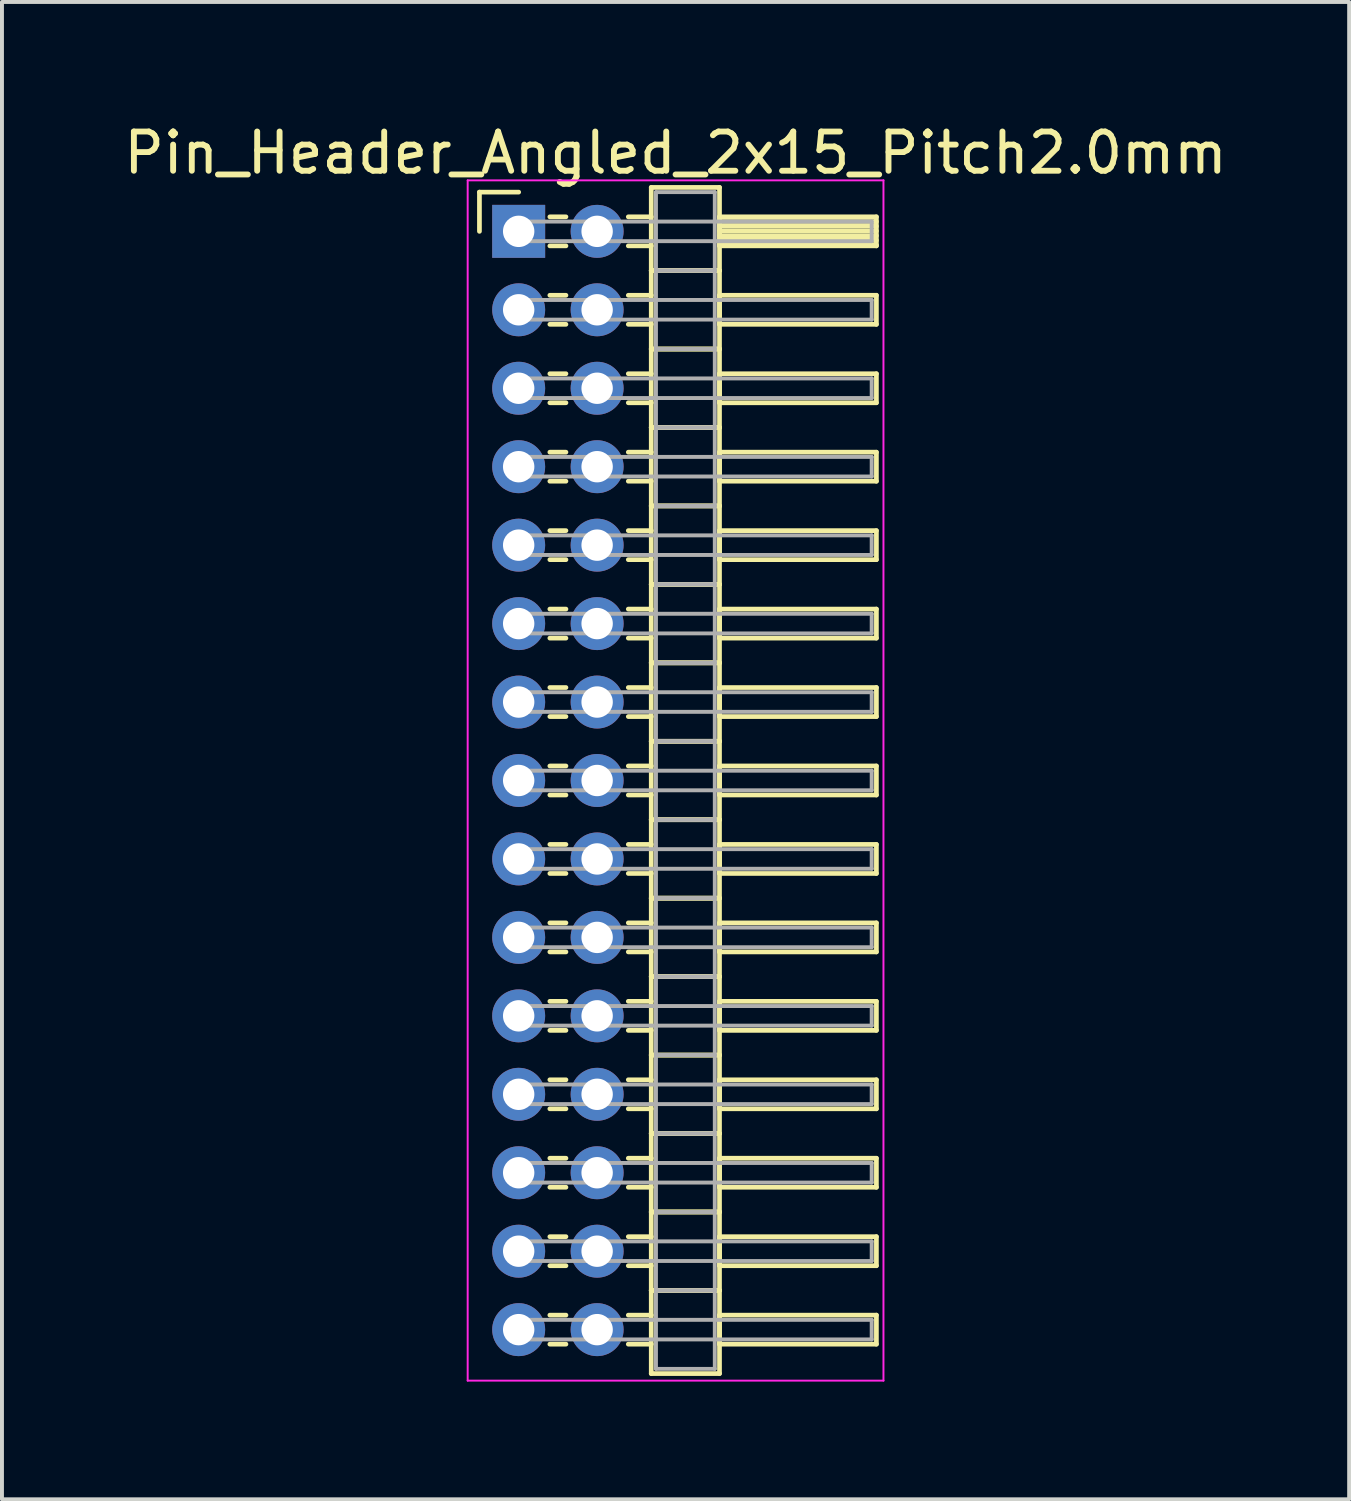
<source format=kicad_pcb>
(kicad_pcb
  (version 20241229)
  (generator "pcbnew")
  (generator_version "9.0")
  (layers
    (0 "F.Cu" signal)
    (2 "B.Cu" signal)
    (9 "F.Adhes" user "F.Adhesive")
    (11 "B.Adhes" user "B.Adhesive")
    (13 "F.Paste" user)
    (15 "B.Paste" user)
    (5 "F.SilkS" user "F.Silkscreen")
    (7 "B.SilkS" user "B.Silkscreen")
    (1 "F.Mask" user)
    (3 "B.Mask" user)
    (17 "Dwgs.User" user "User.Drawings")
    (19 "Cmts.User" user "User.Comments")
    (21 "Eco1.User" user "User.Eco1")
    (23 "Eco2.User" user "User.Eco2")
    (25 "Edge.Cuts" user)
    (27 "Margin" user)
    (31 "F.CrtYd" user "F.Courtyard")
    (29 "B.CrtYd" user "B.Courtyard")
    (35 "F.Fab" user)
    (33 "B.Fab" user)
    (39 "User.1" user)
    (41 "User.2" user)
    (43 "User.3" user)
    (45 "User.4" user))
  (footprint "Pin_Header_Angled_2x15_Pitch2.0mm"
    (layer "F.Cu")
    (at 10.173 2.848)
    (property "Reference" "Pin_Header_Angled_2x15_Pitch2.0mm" (at 4 -2 0) (layer "F.SilkS") (effects (font (size 1 1) (thickness 0.15))))
    (attr through_hole)
    (fp_line (start -1 -1) (end 0 -1) (stroke (width 0.12) (type solid)) (layer "F.SilkS"))
    (fp_line (start -1 0) (end -1 -1) (stroke (width 0.12) (type solid)) (layer "F.SilkS"))
    (fp_line (start 0.795 -0.37) (end 1.205 -0.37) (stroke (width 0.12) (type solid)) (layer "F.SilkS"))
    (fp_line (start 0.795 0.37) (end 1.205 0.37) (stroke (width 0.12) (type solid)) (layer "F.SilkS"))
    (fp_line (start 0.795 1.63) (end 1.205 1.63) (stroke (width 0.12) (type solid)) (layer "F.SilkS"))
    (fp_line (start 0.795 2.37) (end 1.205 2.37) (stroke (width 0.12) (type solid)) (layer "F.SilkS"))
    (fp_line (start 0.795 3.63) (end 1.205 3.63) (stroke (width 0.12) (type solid)) (layer "F.SilkS"))
    (fp_line (start 0.795 4.37) (end 1.205 4.37) (stroke (width 0.12) (type solid)) (layer "F.SilkS"))
    (fp_line (start 0.795 5.63) (end 1.205 5.63) (stroke (width 0.12) (type solid)) (layer "F.SilkS"))
    (fp_line (start 0.795 6.37) (end 1.205 6.37) (stroke (width 0.12) (type solid)) (layer "F.SilkS"))
    (fp_line (start 0.795 7.63) (end 1.205 7.63) (stroke (width 0.12) (type solid)) (layer "F.SilkS"))
    (fp_line (start 0.795 8.37) (end 1.205 8.37) (stroke (width 0.12) (type solid)) (layer "F.SilkS"))
    (fp_line (start 0.795 9.63) (end 1.205 9.63) (stroke (width 0.12) (type solid)) (layer "F.SilkS"))
    (fp_line (start 0.795 10.37) (end 1.205 10.37) (stroke (width 0.12) (type solid)) (layer "F.SilkS"))
    (fp_line (start 0.795 11.63) (end 1.205 11.63) (stroke (width 0.12) (type solid)) (layer "F.SilkS"))
    (fp_line (start 0.795 12.37) (end 1.205 12.37) (stroke (width 0.12) (type solid)) (layer "F.SilkS"))
    (fp_line (start 0.795 13.63) (end 1.205 13.63) (stroke (width 0.12) (type solid)) (layer "F.SilkS"))
    (fp_line (start 0.795 14.37) (end 1.205 14.37) (stroke (width 0.12) (type solid)) (layer "F.SilkS"))
    (fp_line (start 0.795 15.63) (end 1.205 15.63) (stroke (width 0.12) (type solid)) (layer "F.SilkS"))
    (fp_line (start 0.795 16.37) (end 1.205 16.37) (stroke (width 0.12) (type solid)) (layer "F.SilkS"))
    (fp_line (start 0.795 17.63) (end 1.205 17.63) (stroke (width 0.12) (type solid)) (layer "F.SilkS"))
    (fp_line (start 0.795 18.37) (end 1.205 18.37) (stroke (width 0.12) (type solid)) (layer "F.SilkS"))
    (fp_line (start 0.795 19.63) (end 1.205 19.63) (stroke (width 0.12) (type solid)) (layer "F.SilkS"))
    (fp_line (start 0.795 20.37) (end 1.205 20.37) (stroke (width 0.12) (type solid)) (layer "F.SilkS"))
    (fp_line (start 0.795 21.63) (end 1.205 21.63) (stroke (width 0.12) (type solid)) (layer "F.SilkS"))
    (fp_line (start 0.795 22.37) (end 1.205 22.37) (stroke (width 0.12) (type solid)) (layer "F.SilkS"))
    (fp_line (start 0.795 23.63) (end 1.205 23.63) (stroke (width 0.12) (type solid)) (layer "F.SilkS"))
    (fp_line (start 0.795 24.37) (end 1.205 24.37) (stroke (width 0.12) (type solid)) (layer "F.SilkS"))
    (fp_line (start 0.795 25.63) (end 1.205 25.63) (stroke (width 0.12) (type solid)) (layer "F.SilkS"))
    (fp_line (start 0.795 26.37) (end 1.205 26.37) (stroke (width 0.12) (type solid)) (layer "F.SilkS"))
    (fp_line (start 0.795 27.63) (end 1.205 27.63) (stroke (width 0.12) (type solid)) (layer "F.SilkS"))
    (fp_line (start 0.795 28.37) (end 1.205 28.37) (stroke (width 0.12) (type solid)) (layer "F.SilkS"))
    (fp_line (start 2.795 -0.37) (end 3.38 -0.37) (stroke (width 0.12) (type solid)) (layer "F.SilkS"))
    (fp_line (start 2.795 0.37) (end 3.38 0.37) (stroke (width 0.12) (type solid)) (layer "F.SilkS"))
    (fp_line (start 2.795 1.63) (end 3.38 1.63) (stroke (width 0.12) (type solid)) (layer "F.SilkS"))
    (fp_line (start 2.795 2.37) (end 3.38 2.37) (stroke (width 0.12) (type solid)) (layer "F.SilkS"))
    (fp_line (start 2.795 3.63) (end 3.38 3.63) (stroke (width 0.12) (type solid)) (layer "F.SilkS"))
    (fp_line (start 2.795 4.37) (end 3.38 4.37) (stroke (width 0.12) (type solid)) (layer "F.SilkS"))
    (fp_line (start 2.795 5.63) (end 3.38 5.63) (stroke (width 0.12) (type solid)) (layer "F.SilkS"))
    (fp_line (start 2.795 6.37) (end 3.38 6.37) (stroke (width 0.12) (type solid)) (layer "F.SilkS"))
    (fp_line (start 2.795 7.63) (end 3.38 7.63) (stroke (width 0.12) (type solid)) (layer "F.SilkS"))
    (fp_line (start 2.795 8.37) (end 3.38 8.37) (stroke (width 0.12) (type solid)) (layer "F.SilkS"))
    (fp_line (start 2.795 9.63) (end 3.38 9.63) (stroke (width 0.12) (type solid)) (layer "F.SilkS"))
    (fp_line (start 2.795 10.37) (end 3.38 10.37) (stroke (width 0.12) (type solid)) (layer "F.SilkS"))
    (fp_line (start 2.795 11.63) (end 3.38 11.63) (stroke (width 0.12) (type solid)) (layer "F.SilkS"))
    (fp_line (start 2.795 12.37) (end 3.38 12.37) (stroke (width 0.12) (type solid)) (layer "F.SilkS"))
    (fp_line (start 2.795 13.63) (end 3.38 13.63) (stroke (width 0.12) (type solid)) (layer "F.SilkS"))
    (fp_line (start 2.795 14.37) (end 3.38 14.37) (stroke (width 0.12) (type solid)) (layer "F.SilkS"))
    (fp_line (start 2.795 15.63) (end 3.38 15.63) (stroke (width 0.12) (type solid)) (layer "F.SilkS"))
    (fp_line (start 2.795 16.37) (end 3.38 16.37) (stroke (width 0.12) (type solid)) (layer "F.SilkS"))
    (fp_line (start 2.795 17.63) (end 3.38 17.63) (stroke (width 0.12) (type solid)) (layer "F.SilkS"))
    (fp_line (start 2.795 18.37) (end 3.38 18.37) (stroke (width 0.12) (type solid)) (layer "F.SilkS"))
    (fp_line (start 2.795 19.63) (end 3.38 19.63) (stroke (width 0.12) (type solid)) (layer "F.SilkS"))
    (fp_line (start 2.795 20.37) (end 3.38 20.37) (stroke (width 0.12) (type solid)) (layer "F.SilkS"))
    (fp_line (start 2.795 21.63) (end 3.38 21.63) (stroke (width 0.12) (type solid)) (layer "F.SilkS"))
    (fp_line (start 2.795 22.37) (end 3.38 22.37) (stroke (width 0.12) (type solid)) (layer "F.SilkS"))
    (fp_line (start 2.795 23.63) (end 3.38 23.63) (stroke (width 0.12) (type solid)) (layer "F.SilkS"))
    (fp_line (start 2.795 24.37) (end 3.38 24.37) (stroke (width 0.12) (type solid)) (layer "F.SilkS"))
    (fp_line (start 2.795 25.63) (end 3.38 25.63) (stroke (width 0.12) (type solid)) (layer "F.SilkS"))
    (fp_line (start 2.795 26.37) (end 3.38 26.37) (stroke (width 0.12) (type solid)) (layer "F.SilkS"))
    (fp_line (start 2.795 27.63) (end 3.38 27.63) (stroke (width 0.12) (type solid)) (layer "F.SilkS"))
    (fp_line (start 2.795 28.37) (end 3.38 28.37) (stroke (width 0.12) (type solid)) (layer "F.SilkS"))
    (fp_line (start 3.38 -1.12) (end 3.38 1) (stroke (width 0.12) (type solid)) (layer "F.SilkS"))
    (fp_line (start 3.38 1) (end 3.38 3) (stroke (width 0.12) (type solid)) (layer "F.SilkS"))
    (fp_line (start 3.38 1) (end 5.12 1) (stroke (width 0.12) (type solid)) (layer "F.SilkS"))
    (fp_line (start 3.38 3) (end 3.38 5) (stroke (width 0.12) (type solid)) (layer "F.SilkS"))
    (fp_line (start 3.38 3) (end 5.12 3) (stroke (width 0.12) (type solid)) (layer "F.SilkS"))
    (fp_line (start 3.38 5) (end 3.38 7) (stroke (width 0.12) (type solid)) (layer "F.SilkS"))
    (fp_line (start 3.38 5) (end 5.12 5) (stroke (width 0.12) (type solid)) (layer "F.SilkS"))
    (fp_line (start 3.38 7) (end 3.38 9) (stroke (width 0.12) (type solid)) (layer "F.SilkS"))
    (fp_line (start 3.38 7) (end 5.12 7) (stroke (width 0.12) (type solid)) (layer "F.SilkS"))
    (fp_line (start 3.38 9) (end 3.38 11) (stroke (width 0.12) (type solid)) (layer "F.SilkS"))
    (fp_line (start 3.38 9) (end 5.12 9) (stroke (width 0.12) (type solid)) (layer "F.SilkS"))
    (fp_line (start 3.38 11) (end 3.38 13) (stroke (width 0.12) (type solid)) (layer "F.SilkS"))
    (fp_line (start 3.38 11) (end 5.12 11) (stroke (width 0.12) (type solid)) (layer "F.SilkS"))
    (fp_line (start 3.38 13) (end 3.38 15) (stroke (width 0.12) (type solid)) (layer "F.SilkS"))
    (fp_line (start 3.38 13) (end 5.12 13) (stroke (width 0.12) (type solid)) (layer "F.SilkS"))
    (fp_line (start 3.38 15) (end 3.38 17) (stroke (width 0.12) (type solid)) (layer "F.SilkS"))
    (fp_line (start 3.38 15) (end 5.12 15) (stroke (width 0.12) (type solid)) (layer "F.SilkS"))
    (fp_line (start 3.38 17) (end 3.38 19) (stroke (width 0.12) (type solid)) (layer "F.SilkS"))
    (fp_line (start 3.38 17) (end 5.12 17) (stroke (width 0.12) (type solid)) (layer "F.SilkS"))
    (fp_line (start 3.38 19) (end 3.38 21) (stroke (width 0.12) (type solid)) (layer "F.SilkS"))
    (fp_line (start 3.38 19) (end 5.12 19) (stroke (width 0.12) (type solid)) (layer "F.SilkS"))
    (fp_line (start 3.38 21) (end 3.38 23) (stroke (width 0.12) (type solid)) (layer "F.SilkS"))
    (fp_line (start 3.38 21) (end 5.12 21) (stroke (width 0.12) (type solid)) (layer "F.SilkS"))
    (fp_line (start 3.38 23) (end 3.38 25) (stroke (width 0.12) (type solid)) (layer "F.SilkS"))
    (fp_line (start 3.38 23) (end 5.12 23) (stroke (width 0.12) (type solid)) (layer "F.SilkS"))
    (fp_line (start 3.38 25) (end 3.38 27) (stroke (width 0.12) (type solid)) (layer "F.SilkS"))
    (fp_line (start 3.38 25) (end 5.12 25) (stroke (width 0.12) (type solid)) (layer "F.SilkS"))
    (fp_line (start 3.38 27) (end 3.38 29.12) (stroke (width 0.12) (type solid)) (layer "F.SilkS"))
    (fp_line (start 3.38 27) (end 5.12 27) (stroke (width 0.12) (type solid)) (layer "F.SilkS"))
    (fp_line (start 3.38 29.12) (end 5.12 29.12) (stroke (width 0.12) (type solid)) (layer "F.SilkS"))
    (fp_line (start 5.12 -1.12) (end 3.38 -1.12) (stroke (width 0.12) (type solid)) (layer "F.SilkS"))
    (fp_line (start 5.12 -0.37) (end 5.12 0.37) (stroke (width 0.12) (type solid)) (layer "F.SilkS"))
    (fp_line (start 5.12 -0.25) (end 9.12 -0.25) (stroke (width 0.12) (type solid)) (layer "F.SilkS"))
    (fp_line (start 5.12 -0.13) (end 9.12 -0.13) (stroke (width 0.12) (type solid)) (layer "F.SilkS"))
    (fp_line (start 5.12 -0.01) (end 9.12 -0.01) (stroke (width 0.12) (type solid)) (layer "F.SilkS"))
    (fp_line (start 5.12 0.11) (end 9.12 0.11) (stroke (width 0.12) (type solid)) (layer "F.SilkS"))
    (fp_line (start 5.12 0.23) (end 9.12 0.23) (stroke (width 0.12) (type solid)) (layer "F.SilkS"))
    (fp_line (start 5.12 0.35) (end 9.12 0.35) (stroke (width 0.12) (type solid)) (layer "F.SilkS"))
    (fp_line (start 5.12 0.37) (end 9.12 0.37) (stroke (width 0.12) (type solid)) (layer "F.SilkS"))
    (fp_line (start 5.12 1) (end 3.38 1) (stroke (width 0.12) (type solid)) (layer "F.SilkS"))
    (fp_line (start 5.12 1) (end 5.12 -1.12) (stroke (width 0.12) (type solid)) (layer "F.SilkS"))
    (fp_line (start 5.12 1.63) (end 5.12 2.37) (stroke (width 0.12) (type solid)) (layer "F.SilkS"))
    (fp_line (start 5.12 2.37) (end 9.12 2.37) (stroke (width 0.12) (type solid)) (layer "F.SilkS"))
    (fp_line (start 5.12 3) (end 3.38 3) (stroke (width 0.12) (type solid)) (layer "F.SilkS"))
    (fp_line (start 5.12 3) (end 5.12 1) (stroke (width 0.12) (type solid)) (layer "F.SilkS"))
    (fp_line (start 5.12 3.63) (end 5.12 4.37) (stroke (width 0.12) (type solid)) (layer "F.SilkS"))
    (fp_line (start 5.12 4.37) (end 9.12 4.37) (stroke (width 0.12) (type solid)) (layer "F.SilkS"))
    (fp_line (start 5.12 5) (end 3.38 5) (stroke (width 0.12) (type solid)) (layer "F.SilkS"))
    (fp_line (start 5.12 5) (end 5.12 3) (stroke (width 0.12) (type solid)) (layer "F.SilkS"))
    (fp_line (start 5.12 5.63) (end 5.12 6.37) (stroke (width 0.12) (type solid)) (layer "F.SilkS"))
    (fp_line (start 5.12 6.37) (end 9.12 6.37) (stroke (width 0.12) (type solid)) (layer "F.SilkS"))
    (fp_line (start 5.12 7) (end 3.38 7) (stroke (width 0.12) (type solid)) (layer "F.SilkS"))
    (fp_line (start 5.12 7) (end 5.12 5) (stroke (width 0.12) (type solid)) (layer "F.SilkS"))
    (fp_line (start 5.12 7.63) (end 5.12 8.37) (stroke (width 0.12) (type solid)) (layer "F.SilkS"))
    (fp_line (start 5.12 8.37) (end 9.12 8.37) (stroke (width 0.12) (type solid)) (layer "F.SilkS"))
    (fp_line (start 5.12 9) (end 3.38 9) (stroke (width 0.12) (type solid)) (layer "F.SilkS"))
    (fp_line (start 5.12 9) (end 5.12 7) (stroke (width 0.12) (type solid)) (layer "F.SilkS"))
    (fp_line (start 5.12 9.63) (end 5.12 10.37) (stroke (width 0.12) (type solid)) (layer "F.SilkS"))
    (fp_line (start 5.12 10.37) (end 9.12 10.37) (stroke (width 0.12) (type solid)) (layer "F.SilkS"))
    (fp_line (start 5.12 11) (end 3.38 11) (stroke (width 0.12) (type solid)) (layer "F.SilkS"))
    (fp_line (start 5.12 11) (end 5.12 9) (stroke (width 0.12) (type solid)) (layer "F.SilkS"))
    (fp_line (start 5.12 11.63) (end 5.12 12.37) (stroke (width 0.12) (type solid)) (layer "F.SilkS"))
    (fp_line (start 5.12 12.37) (end 9.12 12.37) (stroke (width 0.12) (type solid)) (layer "F.SilkS"))
    (fp_line (start 5.12 13) (end 3.38 13) (stroke (width 0.12) (type solid)) (layer "F.SilkS"))
    (fp_line (start 5.12 13) (end 5.12 11) (stroke (width 0.12) (type solid)) (layer "F.SilkS"))
    (fp_line (start 5.12 13.63) (end 5.12 14.37) (stroke (width 0.12) (type solid)) (layer "F.SilkS"))
    (fp_line (start 5.12 14.37) (end 9.12 14.37) (stroke (width 0.12) (type solid)) (layer "F.SilkS"))
    (fp_line (start 5.12 15) (end 3.38 15) (stroke (width 0.12) (type solid)) (layer "F.SilkS"))
    (fp_line (start 5.12 15) (end 5.12 13) (stroke (width 0.12) (type solid)) (layer "F.SilkS"))
    (fp_line (start 5.12 15.63) (end 5.12 16.37) (stroke (width 0.12) (type solid)) (layer "F.SilkS"))
    (fp_line (start 5.12 16.37) (end 9.12 16.37) (stroke (width 0.12) (type solid)) (layer "F.SilkS"))
    (fp_line (start 5.12 17) (end 3.38 17) (stroke (width 0.12) (type solid)) (layer "F.SilkS"))
    (fp_line (start 5.12 17) (end 5.12 15) (stroke (width 0.12) (type solid)) (layer "F.SilkS"))
    (fp_line (start 5.12 17.63) (end 5.12 18.37) (stroke (width 0.12) (type solid)) (layer "F.SilkS"))
    (fp_line (start 5.12 18.37) (end 9.12 18.37) (stroke (width 0.12) (type solid)) (layer "F.SilkS"))
    (fp_line (start 5.12 19) (end 3.38 19) (stroke (width 0.12) (type solid)) (layer "F.SilkS"))
    (fp_line (start 5.12 19) (end 5.12 17) (stroke (width 0.12) (type solid)) (layer "F.SilkS"))
    (fp_line (start 5.12 19.63) (end 5.12 20.37) (stroke (width 0.12) (type solid)) (layer "F.SilkS"))
    (fp_line (start 5.12 20.37) (end 9.12 20.37) (stroke (width 0.12) (type solid)) (layer "F.SilkS"))
    (fp_line (start 5.12 21) (end 3.38 21) (stroke (width 0.12) (type solid)) (layer "F.SilkS"))
    (fp_line (start 5.12 21) (end 5.12 19) (stroke (width 0.12) (type solid)) (layer "F.SilkS"))
    (fp_line (start 5.12 21.63) (end 5.12 22.37) (stroke (width 0.12) (type solid)) (layer "F.SilkS"))
    (fp_line (start 5.12 22.37) (end 9.12 22.37) (stroke (width 0.12) (type solid)) (layer "F.SilkS"))
    (fp_line (start 5.12 23) (end 3.38 23) (stroke (width 0.12) (type solid)) (layer "F.SilkS"))
    (fp_line (start 5.12 23) (end 5.12 21) (stroke (width 0.12) (type solid)) (layer "F.SilkS"))
    (fp_line (start 5.12 23.63) (end 5.12 24.37) (stroke (width 0.12) (type solid)) (layer "F.SilkS"))
    (fp_line (start 5.12 24.37) (end 9.12 24.37) (stroke (width 0.12) (type solid)) (layer "F.SilkS"))
    (fp_line (start 5.12 25) (end 3.38 25) (stroke (width 0.12) (type solid)) (layer "F.SilkS"))
    (fp_line (start 5.12 25) (end 5.12 23) (stroke (width 0.12) (type solid)) (layer "F.SilkS"))
    (fp_line (start 5.12 25.63) (end 5.12 26.37) (stroke (width 0.12) (type solid)) (layer "F.SilkS"))
    (fp_line (start 5.12 26.37) (end 9.12 26.37) (stroke (width 0.12) (type solid)) (layer "F.SilkS"))
    (fp_line (start 5.12 27) (end 3.38 27) (stroke (width 0.12) (type solid)) (layer "F.SilkS"))
    (fp_line (start 5.12 27) (end 5.12 25) (stroke (width 0.12) (type solid)) (layer "F.SilkS"))
    (fp_line (start 5.12 27.63) (end 5.12 28.37) (stroke (width 0.12) (type solid)) (layer "F.SilkS"))
    (fp_line (start 5.12 28.37) (end 9.12 28.37) (stroke (width 0.12) (type solid)) (layer "F.SilkS"))
    (fp_line (start 5.12 29.12) (end 5.12 27) (stroke (width 0.12) (type solid)) (layer "F.SilkS"))
    (fp_line (start 9.12 -0.37) (end 5.12 -0.37) (stroke (width 0.12) (type solid)) (layer "F.SilkS"))
    (fp_line (start 9.12 0.37) (end 9.12 -0.37) (stroke (width 0.12) (type solid)) (layer "F.SilkS"))
    (fp_line (start 9.12 1.63) (end 5.12 1.63) (stroke (width 0.12) (type solid)) (layer "F.SilkS"))
    (fp_line (start 9.12 2.37) (end 9.12 1.63) (stroke (width 0.12) (type solid)) (layer "F.SilkS"))
    (fp_line (start 9.12 3.63) (end 5.12 3.63) (stroke (width 0.12) (type solid)) (layer "F.SilkS"))
    (fp_line (start 9.12 4.37) (end 9.12 3.63) (stroke (width 0.12) (type solid)) (layer "F.SilkS"))
    (fp_line (start 9.12 5.63) (end 5.12 5.63) (stroke (width 0.12) (type solid)) (layer "F.SilkS"))
    (fp_line (start 9.12 6.37) (end 9.12 5.63) (stroke (width 0.12) (type solid)) (layer "F.SilkS"))
    (fp_line (start 9.12 7.63) (end 5.12 7.63) (stroke (width 0.12) (type solid)) (layer "F.SilkS"))
    (fp_line (start 9.12 8.37) (end 9.12 7.63) (stroke (width 0.12) (type solid)) (layer "F.SilkS"))
    (fp_line (start 9.12 9.63) (end 5.12 9.63) (stroke (width 0.12) (type solid)) (layer "F.SilkS"))
    (fp_line (start 9.12 10.37) (end 9.12 9.63) (stroke (width 0.12) (type solid)) (layer "F.SilkS"))
    (fp_line (start 9.12 11.63) (end 5.12 11.63) (stroke (width 0.12) (type solid)) (layer "F.SilkS"))
    (fp_line (start 9.12 12.37) (end 9.12 11.63) (stroke (width 0.12) (type solid)) (layer "F.SilkS"))
    (fp_line (start 9.12 13.63) (end 5.12 13.63) (stroke (width 0.12) (type solid)) (layer "F.SilkS"))
    (fp_line (start 9.12 14.37) (end 9.12 13.63) (stroke (width 0.12) (type solid)) (layer "F.SilkS"))
    (fp_line (start 9.12 15.63) (end 5.12 15.63) (stroke (width 0.12) (type solid)) (layer "F.SilkS"))
    (fp_line (start 9.12 16.37) (end 9.12 15.63) (stroke (width 0.12) (type solid)) (layer "F.SilkS"))
    (fp_line (start 9.12 17.63) (end 5.12 17.63) (stroke (width 0.12) (type solid)) (layer "F.SilkS"))
    (fp_line (start 9.12 18.37) (end 9.12 17.63) (stroke (width 0.12) (type solid)) (layer "F.SilkS"))
    (fp_line (start 9.12 19.63) (end 5.12 19.63) (stroke (width 0.12) (type solid)) (layer "F.SilkS"))
    (fp_line (start 9.12 20.37) (end 9.12 19.63) (stroke (width 0.12) (type solid)) (layer "F.SilkS"))
    (fp_line (start 9.12 21.63) (end 5.12 21.63) (stroke (width 0.12) (type solid)) (layer "F.SilkS"))
    (fp_line (start 9.12 22.37) (end 9.12 21.63) (stroke (width 0.12) (type solid)) (layer "F.SilkS"))
    (fp_line (start 9.12 23.63) (end 5.12 23.63) (stroke (width 0.12) (type solid)) (layer "F.SilkS"))
    (fp_line (start 9.12 24.37) (end 9.12 23.63) (stroke (width 0.12) (type solid)) (layer "F.SilkS"))
    (fp_line (start 9.12 25.63) (end 5.12 25.63) (stroke (width 0.12) (type solid)) (layer "F.SilkS"))
    (fp_line (start 9.12 26.37) (end 9.12 25.63) (stroke (width 0.12) (type solid)) (layer "F.SilkS"))
    (fp_line (start 9.12 27.63) (end 5.12 27.63) (stroke (width 0.12) (type solid)) (layer "F.SilkS"))
    (fp_line (start 9.12 28.37) (end 9.12 27.63) (stroke (width 0.12) (type solid)) (layer "F.SilkS"))
    (fp_line (start -1.3 -1.3) (end -1.3 29.3) (stroke (width 0.05) (type solid)) (layer "F.CrtYd"))
    (fp_line (start -1.3 29.3) (end 9.3 29.3) (stroke (width 0.05) (type solid)) (layer "F.CrtYd"))
    (fp_line (start 9.3 -1.3) (end -1.3 -1.3) (stroke (width 0.05) (type solid)) (layer "F.CrtYd"))
    (fp_line (start 9.3 29.3) (end 9.3 -1.3) (stroke (width 0.05) (type solid)) (layer "F.CrtYd"))
    (fp_line (start 0 -0.25) (end 0 0.25) (stroke (width 0.1) (type solid)) (layer "F.Fab"))
    (fp_line (start 0 0.25) (end 9 0.25) (stroke (width 0.1) (type solid)) (layer "F.Fab"))
    (fp_line (start 0 1.75) (end 0 2.25) (stroke (width 0.1) (type solid)) (layer "F.Fab"))
    (fp_line (start 0 2.25) (end 9 2.25) (stroke (width 0.1) (type solid)) (layer "F.Fab"))
    (fp_line (start 0 3.75) (end 0 4.25) (stroke (width 0.1) (type solid)) (layer "F.Fab"))
    (fp_line (start 0 4.25) (end 9 4.25) (stroke (width 0.1) (type solid)) (layer "F.Fab"))
    (fp_line (start 0 5.75) (end 0 6.25) (stroke (width 0.1) (type solid)) (layer "F.Fab"))
    (fp_line (start 0 6.25) (end 9 6.25) (stroke (width 0.1) (type solid)) (layer "F.Fab"))
    (fp_line (start 0 7.75) (end 0 8.25) (stroke (width 0.1) (type solid)) (layer "F.Fab"))
    (fp_line (start 0 8.25) (end 9 8.25) (stroke (width 0.1) (type solid)) (layer "F.Fab"))
    (fp_line (start 0 9.75) (end 0 10.25) (stroke (width 0.1) (type solid)) (layer "F.Fab"))
    (fp_line (start 0 10.25) (end 9 10.25) (stroke (width 0.1) (type solid)) (layer "F.Fab"))
    (fp_line (start 0 11.75) (end 0 12.25) (stroke (width 0.1) (type solid)) (layer "F.Fab"))
    (fp_line (start 0 12.25) (end 9 12.25) (stroke (width 0.1) (type solid)) (layer "F.Fab"))
    (fp_line (start 0 13.75) (end 0 14.25) (stroke (width 0.1) (type solid)) (layer "F.Fab"))
    (fp_line (start 0 14.25) (end 9 14.25) (stroke (width 0.1) (type solid)) (layer "F.Fab"))
    (fp_line (start 0 15.75) (end 0 16.25) (stroke (width 0.1) (type solid)) (layer "F.Fab"))
    (fp_line (start 0 16.25) (end 9 16.25) (stroke (width 0.1) (type solid)) (layer "F.Fab"))
    (fp_line (start 0 17.75) (end 0 18.25) (stroke (width 0.1) (type solid)) (layer "F.Fab"))
    (fp_line (start 0 18.25) (end 9 18.25) (stroke (width 0.1) (type solid)) (layer "F.Fab"))
    (fp_line (start 0 19.75) (end 0 20.25) (stroke (width 0.1) (type solid)) (layer "F.Fab"))
    (fp_line (start 0 20.25) (end 9 20.25) (stroke (width 0.1) (type solid)) (layer "F.Fab"))
    (fp_line (start 0 21.75) (end 0 22.25) (stroke (width 0.1) (type solid)) (layer "F.Fab"))
    (fp_line (start 0 22.25) (end 9 22.25) (stroke (width 0.1) (type solid)) (layer "F.Fab"))
    (fp_line (start 0 23.75) (end 0 24.25) (stroke (width 0.1) (type solid)) (layer "F.Fab"))
    (fp_line (start 0 24.25) (end 9 24.25) (stroke (width 0.1) (type solid)) (layer "F.Fab"))
    (fp_line (start 0 25.75) (end 0 26.25) (stroke (width 0.1) (type solid)) (layer "F.Fab"))
    (fp_line (start 0 26.25) (end 9 26.25) (stroke (width 0.1) (type solid)) (layer "F.Fab"))
    (fp_line (start 0 27.75) (end 0 28.25) (stroke (width 0.1) (type solid)) (layer "F.Fab"))
    (fp_line (start 0 28.25) (end 9 28.25) (stroke (width 0.1) (type solid)) (layer "F.Fab"))
    (fp_line (start 3.5 -1) (end 3.5 1) (stroke (width 0.1) (type solid)) (layer "F.Fab"))
    (fp_line (start 3.5 1) (end 3.5 3) (stroke (width 0.1) (type solid)) (layer "F.Fab"))
    (fp_line (start 3.5 1) (end 5 1) (stroke (width 0.1) (type solid)) (layer "F.Fab"))
    (fp_line (start 3.5 3) (end 3.5 5) (stroke (width 0.1) (type solid)) (layer "F.Fab"))
    (fp_line (start 3.5 3) (end 5 3) (stroke (width 0.1) (type solid)) (layer "F.Fab"))
    (fp_line (start 3.5 5) (end 3.5 7) (stroke (width 0.1) (type solid)) (layer "F.Fab"))
    (fp_line (start 3.5 5) (end 5 5) (stroke (width 0.1) (type solid)) (layer "F.Fab"))
    (fp_line (start 3.5 7) (end 3.5 9) (stroke (width 0.1) (type solid)) (layer "F.Fab"))
    (fp_line (start 3.5 7) (end 5 7) (stroke (width 0.1) (type solid)) (layer "F.Fab"))
    (fp_line (start 3.5 9) (end 3.5 11) (stroke (width 0.1) (type solid)) (layer "F.Fab"))
    (fp_line (start 3.5 9) (end 5 9) (stroke (width 0.1) (type solid)) (layer "F.Fab"))
    (fp_line (start 3.5 11) (end 3.5 13) (stroke (width 0.1) (type solid)) (layer "F.Fab"))
    (fp_line (start 3.5 11) (end 5 11) (stroke (width 0.1) (type solid)) (layer "F.Fab"))
    (fp_line (start 3.5 13) (end 3.5 15) (stroke (width 0.1) (type solid)) (layer "F.Fab"))
    (fp_line (start 3.5 13) (end 5 13) (stroke (width 0.1) (type solid)) (layer "F.Fab"))
    (fp_line (start 3.5 15) (end 3.5 17) (stroke (width 0.1) (type solid)) (layer "F.Fab"))
    (fp_line (start 3.5 15) (end 5 15) (stroke (width 0.1) (type solid)) (layer "F.Fab"))
    (fp_line (start 3.5 17) (end 3.5 19) (stroke (width 0.1) (type solid)) (layer "F.Fab"))
    (fp_line (start 3.5 17) (end 5 17) (stroke (width 0.1) (type solid)) (layer "F.Fab"))
    (fp_line (start 3.5 19) (end 3.5 21) (stroke (width 0.1) (type solid)) (layer "F.Fab"))
    (fp_line (start 3.5 19) (end 5 19) (stroke (width 0.1) (type solid)) (layer "F.Fab"))
    (fp_line (start 3.5 21) (end 3.5 23) (stroke (width 0.1) (type solid)) (layer "F.Fab"))
    (fp_line (start 3.5 21) (end 5 21) (stroke (width 0.1) (type solid)) (layer "F.Fab"))
    (fp_line (start 3.5 23) (end 3.5 25) (stroke (width 0.1) (type solid)) (layer "F.Fab"))
    (fp_line (start 3.5 23) (end 5 23) (stroke (width 0.1) (type solid)) (layer "F.Fab"))
    (fp_line (start 3.5 25) (end 3.5 27) (stroke (width 0.1) (type solid)) (layer "F.Fab"))
    (fp_line (start 3.5 25) (end 5 25) (stroke (width 0.1) (type solid)) (layer "F.Fab"))
    (fp_line (start 3.5 27) (end 3.5 29) (stroke (width 0.1) (type solid)) (layer "F.Fab"))
    (fp_line (start 3.5 27) (end 5 27) (stroke (width 0.1) (type solid)) (layer "F.Fab"))
    (fp_line (start 3.5 29) (end 5 29) (stroke (width 0.1) (type solid)) (layer "F.Fab"))
    (fp_line (start 5 -1) (end 3.5 -1) (stroke (width 0.1) (type solid)) (layer "F.Fab"))
    (fp_line (start 5 1) (end 3.5 1) (stroke (width 0.1) (type solid)) (layer "F.Fab"))
    (fp_line (start 5 1) (end 5 -1) (stroke (width 0.1) (type solid)) (layer "F.Fab"))
    (fp_line (start 5 3) (end 3.5 3) (stroke (width 0.1) (type solid)) (layer "F.Fab"))
    (fp_line (start 5 3) (end 5 1) (stroke (width 0.1) (type solid)) (layer "F.Fab"))
    (fp_line (start 5 5) (end 3.5 5) (stroke (width 0.1) (type solid)) (layer "F.Fab"))
    (fp_line (start 5 5) (end 5 3) (stroke (width 0.1) (type solid)) (layer "F.Fab"))
    (fp_line (start 5 7) (end 3.5 7) (stroke (width 0.1) (type solid)) (layer "F.Fab"))
    (fp_line (start 5 7) (end 5 5) (stroke (width 0.1) (type solid)) (layer "F.Fab"))
    (fp_line (start 5 9) (end 3.5 9) (stroke (width 0.1) (type solid)) (layer "F.Fab"))
    (fp_line (start 5 9) (end 5 7) (stroke (width 0.1) (type solid)) (layer "F.Fab"))
    (fp_line (start 5 11) (end 3.5 11) (stroke (width 0.1) (type solid)) (layer "F.Fab"))
    (fp_line (start 5 11) (end 5 9) (stroke (width 0.1) (type solid)) (layer "F.Fab"))
    (fp_line (start 5 13) (end 3.5 13) (stroke (width 0.1) (type solid)) (layer "F.Fab"))
    (fp_line (start 5 13) (end 5 11) (stroke (width 0.1) (type solid)) (layer "F.Fab"))
    (fp_line (start 5 15) (end 3.5 15) (stroke (width 0.1) (type solid)) (layer "F.Fab"))
    (fp_line (start 5 15) (end 5 13) (stroke (width 0.1) (type solid)) (layer "F.Fab"))
    (fp_line (start 5 17) (end 3.5 17) (stroke (width 0.1) (type solid)) (layer "F.Fab"))
    (fp_line (start 5 17) (end 5 15) (stroke (width 0.1) (type solid)) (layer "F.Fab"))
    (fp_line (start 5 19) (end 3.5 19) (stroke (width 0.1) (type solid)) (layer "F.Fab"))
    (fp_line (start 5 19) (end 5 17) (stroke (width 0.1) (type solid)) (layer "F.Fab"))
    (fp_line (start 5 21) (end 3.5 21) (stroke (width 0.1) (type solid)) (layer "F.Fab"))
    (fp_line (start 5 21) (end 5 19) (stroke (width 0.1) (type solid)) (layer "F.Fab"))
    (fp_line (start 5 23) (end 3.5 23) (stroke (width 0.1) (type solid)) (layer "F.Fab"))
    (fp_line (start 5 23) (end 5 21) (stroke (width 0.1) (type solid)) (layer "F.Fab"))
    (fp_line (start 5 25) (end 3.5 25) (stroke (width 0.1) (type solid)) (layer "F.Fab"))
    (fp_line (start 5 25) (end 5 23) (stroke (width 0.1) (type solid)) (layer "F.Fab"))
    (fp_line (start 5 27) (end 3.5 27) (stroke (width 0.1) (type solid)) (layer "F.Fab"))
    (fp_line (start 5 27) (end 5 25) (stroke (width 0.1) (type solid)) (layer "F.Fab"))
    (fp_line (start 5 29) (end 5 27) (stroke (width 0.1) (type solid)) (layer "F.Fab"))
    (fp_line (start 9 -0.25) (end 0 -0.25) (stroke (width 0.1) (type solid)) (layer "F.Fab"))
    (fp_line (start 9 0.25) (end 9 -0.25) (stroke (width 0.1) (type solid)) (layer "F.Fab"))
    (fp_line (start 9 1.75) (end 0 1.75) (stroke (width 0.1) (type solid)) (layer "F.Fab"))
    (fp_line (start 9 2.25) (end 9 1.75) (stroke (width 0.1) (type solid)) (layer "F.Fab"))
    (fp_line (start 9 3.75) (end 0 3.75) (stroke (width 0.1) (type solid)) (layer "F.Fab"))
    (fp_line (start 9 4.25) (end 9 3.75) (stroke (width 0.1) (type solid)) (layer "F.Fab"))
    (fp_line (start 9 5.75) (end 0 5.75) (stroke (width 0.1) (type solid)) (layer "F.Fab"))
    (fp_line (start 9 6.25) (end 9 5.75) (stroke (width 0.1) (type solid)) (layer "F.Fab"))
    (fp_line (start 9 7.75) (end 0 7.75) (stroke (width 0.1) (type solid)) (layer "F.Fab"))
    (fp_line (start 9 8.25) (end 9 7.75) (stroke (width 0.1) (type solid)) (layer "F.Fab"))
    (fp_line (start 9 9.75) (end 0 9.75) (stroke (width 0.1) (type solid)) (layer "F.Fab"))
    (fp_line (start 9 10.25) (end 9 9.75) (stroke (width 0.1) (type solid)) (layer "F.Fab"))
    (fp_line (start 9 11.75) (end 0 11.75) (stroke (width 0.1) (type solid)) (layer "F.Fab"))
    (fp_line (start 9 12.25) (end 9 11.75) (stroke (width 0.1) (type solid)) (layer "F.Fab"))
    (fp_line (start 9 13.75) (end 0 13.75) (stroke (width 0.1) (type solid)) (layer "F.Fab"))
    (fp_line (start 9 14.25) (end 9 13.75) (stroke (width 0.1) (type solid)) (layer "F.Fab"))
    (fp_line (start 9 15.75) (end 0 15.75) (stroke (width 0.1) (type solid)) (layer "F.Fab"))
    (fp_line (start 9 16.25) (end 9 15.75) (stroke (width 0.1) (type solid)) (layer "F.Fab"))
    (fp_line (start 9 17.75) (end 0 17.75) (stroke (width 0.1) (type solid)) (layer "F.Fab"))
    (fp_line (start 9 18.25) (end 9 17.75) (stroke (width 0.1) (type solid)) (layer "F.Fab"))
    (fp_line (start 9 19.75) (end 0 19.75) (stroke (width 0.1) (type solid)) (layer "F.Fab"))
    (fp_line (start 9 20.25) (end 9 19.75) (stroke (width 0.1) (type solid)) (layer "F.Fab"))
    (fp_line (start 9 21.75) (end 0 21.75) (stroke (width 0.1) (type solid)) (layer "F.Fab"))
    (fp_line (start 9 22.25) (end 9 21.75) (stroke (width 0.1) (type solid)) (layer "F.Fab"))
    (fp_line (start 9 23.75) (end 0 23.75) (stroke (width 0.1) (type solid)) (layer "F.Fab"))
    (fp_line (start 9 24.25) (end 9 23.75) (stroke (width 0.1) (type solid)) (layer "F.Fab"))
    (fp_line (start 9 25.75) (end 0 25.75) (stroke (width 0.1) (type solid)) (layer "F.Fab"))
    (fp_line (start 9 26.25) (end 9 25.75) (stroke (width 0.1) (type solid)) (layer "F.Fab"))
    (fp_line (start 9 27.75) (end 0 27.75) (stroke (width 0.1) (type solid)) (layer "F.Fab"))
    (fp_line (start 9 28.25) (end 9 27.75) (stroke (width 0.1) (type solid)) (layer "F.Fab"))
    (pad "1" thru_hole rect (at 0 0) (size 1.35 1.35) (drill 0.8) (layers "*.Cu" "*.Mask"))
    (pad "2" thru_hole oval (at 2 0) (size 1.35 1.35) (drill 0.8) (layers "*.Cu" "*.Mask"))
    (pad "3" thru_hole oval (at 0 2) (size 1.35 1.35) (drill 0.8) (layers "*.Cu" "*.Mask"))
    (pad "4" thru_hole oval (at 2 2) (size 1.35 1.35) (drill 0.8) (layers "*.Cu" "*.Mask"))
    (pad "5" thru_hole oval (at 0 4) (size 1.35 1.35) (drill 0.8) (layers "*.Cu" "*.Mask"))
    (pad "6" thru_hole oval (at 2 4) (size 1.35 1.35) (drill 0.8) (layers "*.Cu" "*.Mask"))
    (pad "7" thru_hole oval (at 0 6) (size 1.35 1.35) (drill 0.8) (layers "*.Cu" "*.Mask"))
    (pad "8" thru_hole oval (at 2 6) (size 1.35 1.35) (drill 0.8) (layers "*.Cu" "*.Mask"))
    (pad "9" thru_hole oval (at 0 8) (size 1.35 1.35) (drill 0.8) (layers "*.Cu" "*.Mask"))
    (pad "10" thru_hole oval (at 2 8) (size 1.35 1.35) (drill 0.8) (layers "*.Cu" "*.Mask"))
    (pad "11" thru_hole oval (at 0 10) (size 1.35 1.35) (drill 0.8) (layers "*.Cu" "*.Mask"))
    (pad "12" thru_hole oval (at 2 10) (size 1.35 1.35) (drill 0.8) (layers "*.Cu" "*.Mask"))
    (pad "13" thru_hole oval (at 0 12) (size 1.35 1.35) (drill 0.8) (layers "*.Cu" "*.Mask"))
    (pad "14" thru_hole oval (at 2 12) (size 1.35 1.35) (drill 0.8) (layers "*.Cu" "*.Mask"))
    (pad "15" thru_hole oval (at 0 14) (size 1.35 1.35) (drill 0.8) (layers "*.Cu" "*.Mask"))
    (pad "16" thru_hole oval (at 2 14) (size 1.35 1.35) (drill 0.8) (layers "*.Cu" "*.Mask"))
    (pad "17" thru_hole oval (at 0 16) (size 1.35 1.35) (drill 0.8) (layers "*.Cu" "*.Mask"))
    (pad "18" thru_hole oval (at 2 16) (size 1.35 1.35) (drill 0.8) (layers "*.Cu" "*.Mask"))
    (pad "19" thru_hole oval (at 0 18) (size 1.35 1.35) (drill 0.8) (layers "*.Cu" "*.Mask"))
    (pad "20" thru_hole oval (at 2 18) (size 1.35 1.35) (drill 0.8) (layers "*.Cu" "*.Mask"))
    (pad "21" thru_hole oval (at 0 20) (size 1.35 1.35) (drill 0.8) (layers "*.Cu" "*.Mask"))
    (pad "22" thru_hole oval (at 2 20) (size 1.35 1.35) (drill 0.8) (layers "*.Cu" "*.Mask"))
    (pad "23" thru_hole oval (at 0 22) (size 1.35 1.35) (drill 0.8) (layers "*.Cu" "*.Mask"))
    (pad "24" thru_hole oval (at 2 22) (size 1.35 1.35) (drill 0.8) (layers "*.Cu" "*.Mask"))
    (pad "25" thru_hole oval (at 0 24) (size 1.35 1.35) (drill 0.8) (layers "*.Cu" "*.Mask"))
    (pad "26" thru_hole oval (at 2 24) (size 1.35 1.35) (drill 0.8) (layers "*.Cu" "*.Mask"))
    (pad "27" thru_hole oval (at 0 26) (size 1.35 1.35) (drill 0.8) (layers "*.Cu" "*.Mask"))
    (pad "28" thru_hole oval (at 2 26) (size 1.35 1.35) (drill 0.8) (layers "*.Cu" "*.Mask"))
    (pad "29" thru_hole oval (at 0 28) (size 1.35 1.35) (drill 0.8) (layers "*.Cu" "*.Mask"))
    (pad "30" thru_hole oval (at 2 28) (size 1.35 1.35) (drill 0.8) (layers "*.Cu" "*.Mask")))
  (gr_rect
    (start -3 -3)
    (end 31.345 35.173)
    (stroke (width 0.1) (type default))
    (fill no)
    (layer "Edge.Cuts")))
</source>
